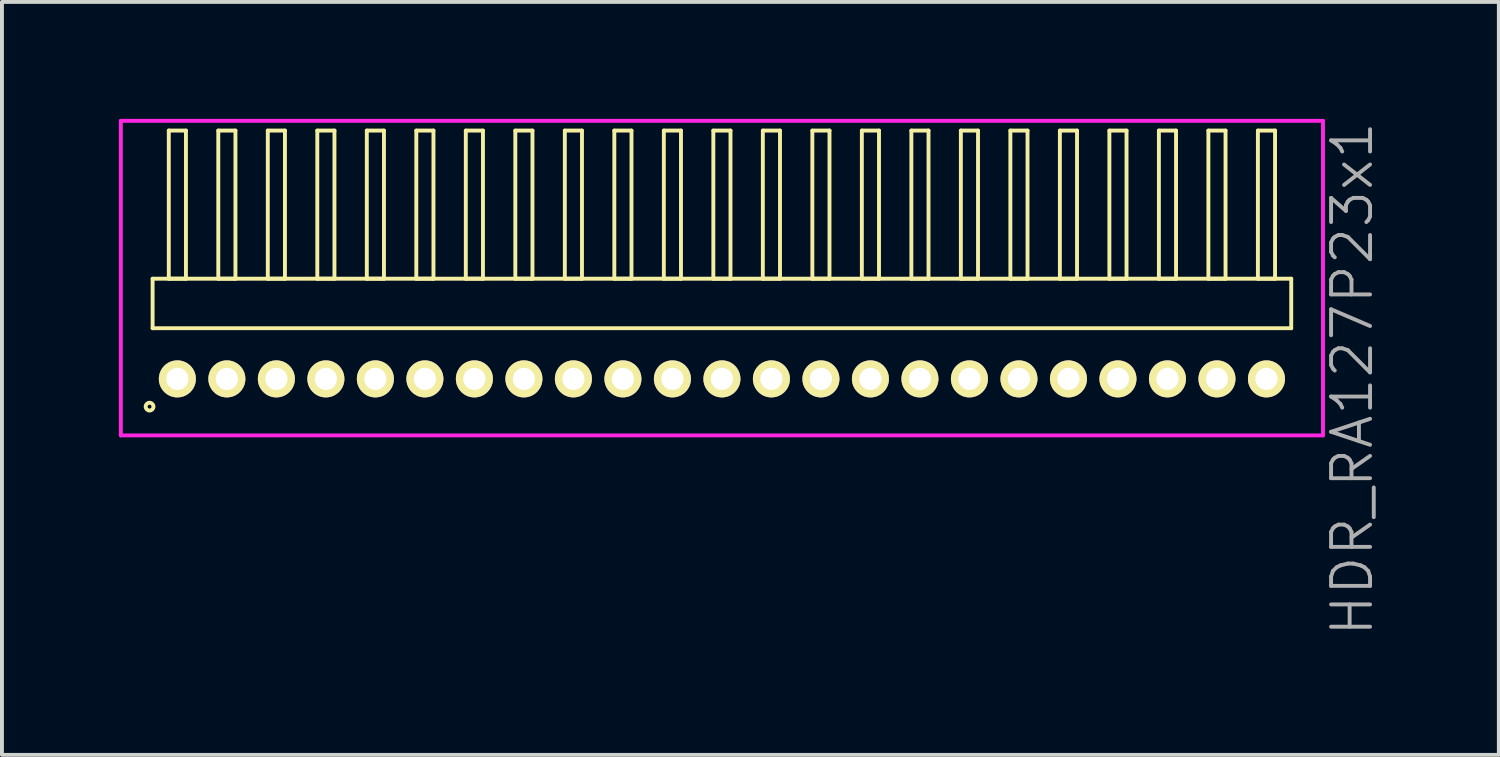
<source format=kicad_pcb>
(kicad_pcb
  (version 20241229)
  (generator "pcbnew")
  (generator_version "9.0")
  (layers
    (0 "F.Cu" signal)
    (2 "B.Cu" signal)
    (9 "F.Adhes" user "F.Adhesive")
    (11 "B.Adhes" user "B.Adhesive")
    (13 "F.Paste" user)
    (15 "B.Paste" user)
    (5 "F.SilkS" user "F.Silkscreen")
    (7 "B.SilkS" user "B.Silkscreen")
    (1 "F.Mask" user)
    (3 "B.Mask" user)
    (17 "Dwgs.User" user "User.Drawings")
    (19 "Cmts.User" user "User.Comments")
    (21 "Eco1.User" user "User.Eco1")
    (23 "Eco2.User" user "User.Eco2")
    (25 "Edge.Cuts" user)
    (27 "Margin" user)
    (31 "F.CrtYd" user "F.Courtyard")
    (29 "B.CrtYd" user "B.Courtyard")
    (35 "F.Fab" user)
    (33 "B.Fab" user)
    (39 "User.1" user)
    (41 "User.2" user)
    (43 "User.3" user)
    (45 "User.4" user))
  (footprint "HDR_RA127P23x1"
    (layer "F.Cu")
    (at 15.47 6.67)
    (property "Reference" "HDR_RA127P23x1" (at 16.17 0 90) (layer "F.Fab") (effects (font (size 1 1) (thickness 0.1))))
    (attr through_hole)
    (fp_line (start -14.605 -2.57) (end -14.605 -1.3) (stroke (width 0.1) (type solid)) (layer "F.SilkS"))
    (fp_line (start -14.605 -1.3) (end 14.605 -1.3) (stroke (width 0.1) (type solid)) (layer "F.SilkS"))
    (fp_line (start -14.19 -6.37) (end -14.19 -2.57) (stroke (width 0.1) (type solid)) (layer "F.SilkS"))
    (fp_line (start -14.19 -2.57) (end -13.75 -2.57) (stroke (width 0.1) (type solid)) (layer "F.SilkS"))
    (fp_line (start -13.75 -6.37) (end -14.19 -6.37) (stroke (width 0.1) (type solid)) (layer "F.SilkS"))
    (fp_line (start -13.75 -2.57) (end -13.75 -6.37) (stroke (width 0.1) (type solid)) (layer "F.SilkS"))
    (fp_line (start -12.92 -6.37) (end -12.92 -2.57) (stroke (width 0.1) (type solid)) (layer "F.SilkS"))
    (fp_line (start -12.92 -2.57) (end -12.48 -2.57) (stroke (width 0.1) (type solid)) (layer "F.SilkS"))
    (fp_line (start -12.48 -6.37) (end -12.92 -6.37) (stroke (width 0.1) (type solid)) (layer "F.SilkS"))
    (fp_line (start -12.48 -2.57) (end -12.48 -6.37) (stroke (width 0.1) (type solid)) (layer "F.SilkS"))
    (fp_line (start -11.65 -6.37) (end -11.65 -2.57) (stroke (width 0.1) (type solid)) (layer "F.SilkS"))
    (fp_line (start -11.65 -2.57) (end -11.21 -2.57) (stroke (width 0.1) (type solid)) (layer "F.SilkS"))
    (fp_line (start -11.21 -6.37) (end -11.65 -6.37) (stroke (width 0.1) (type solid)) (layer "F.SilkS"))
    (fp_line (start -11.21 -2.57) (end -11.21 -6.37) (stroke (width 0.1) (type solid)) (layer "F.SilkS"))
    (fp_line (start -10.38 -6.37) (end -10.38 -2.57) (stroke (width 0.1) (type solid)) (layer "F.SilkS"))
    (fp_line (start -10.38 -2.57) (end -9.94 -2.57) (stroke (width 0.1) (type solid)) (layer "F.SilkS"))
    (fp_line (start -9.94 -6.37) (end -10.38 -6.37) (stroke (width 0.1) (type solid)) (layer "F.SilkS"))
    (fp_line (start -9.94 -2.57) (end -9.94 -6.37) (stroke (width 0.1) (type solid)) (layer "F.SilkS"))
    (fp_line (start -9.11 -6.37) (end -9.11 -2.57) (stroke (width 0.1) (type solid)) (layer "F.SilkS"))
    (fp_line (start -9.11 -2.57) (end -8.67 -2.57) (stroke (width 0.1) (type solid)) (layer "F.SilkS"))
    (fp_line (start -8.67 -6.37) (end -9.11 -6.37) (stroke (width 0.1) (type solid)) (layer "F.SilkS"))
    (fp_line (start -8.67 -2.57) (end -8.67 -6.37) (stroke (width 0.1) (type solid)) (layer "F.SilkS"))
    (fp_line (start -7.84 -6.37) (end -7.84 -2.57) (stroke (width 0.1) (type solid)) (layer "F.SilkS"))
    (fp_line (start -7.84 -2.57) (end -7.4 -2.57) (stroke (width 0.1) (type solid)) (layer "F.SilkS"))
    (fp_line (start -7.4 -6.37) (end -7.84 -6.37) (stroke (width 0.1) (type solid)) (layer "F.SilkS"))
    (fp_line (start -7.4 -2.57) (end -7.4 -6.37) (stroke (width 0.1) (type solid)) (layer "F.SilkS"))
    (fp_line (start -6.57 -6.37) (end -6.57 -2.57) (stroke (width 0.1) (type solid)) (layer "F.SilkS"))
    (fp_line (start -6.57 -2.57) (end -6.13 -2.57) (stroke (width 0.1) (type solid)) (layer "F.SilkS"))
    (fp_line (start -6.13 -6.37) (end -6.57 -6.37) (stroke (width 0.1) (type solid)) (layer "F.SilkS"))
    (fp_line (start -6.13 -2.57) (end -6.13 -6.37) (stroke (width 0.1) (type solid)) (layer "F.SilkS"))
    (fp_line (start -5.3 -6.37) (end -5.3 -2.57) (stroke (width 0.1) (type solid)) (layer "F.SilkS"))
    (fp_line (start -5.3 -2.57) (end -4.86 -2.57) (stroke (width 0.1) (type solid)) (layer "F.SilkS"))
    (fp_line (start -4.86 -6.37) (end -5.3 -6.37) (stroke (width 0.1) (type solid)) (layer "F.SilkS"))
    (fp_line (start -4.86 -2.57) (end -4.86 -6.37) (stroke (width 0.1) (type solid)) (layer "F.SilkS"))
    (fp_line (start -4.03 -6.37) (end -4.03 -2.57) (stroke (width 0.1) (type solid)) (layer "F.SilkS"))
    (fp_line (start -4.03 -2.57) (end -3.59 -2.57) (stroke (width 0.1) (type solid)) (layer "F.SilkS"))
    (fp_line (start -3.59 -6.37) (end -4.03 -6.37) (stroke (width 0.1) (type solid)) (layer "F.SilkS"))
    (fp_line (start -3.59 -2.57) (end -3.59 -6.37) (stroke (width 0.1) (type solid)) (layer "F.SilkS"))
    (fp_line (start -2.76 -6.37) (end -2.76 -2.57) (stroke (width 0.1) (type solid)) (layer "F.SilkS"))
    (fp_line (start -2.76 -2.57) (end -2.32 -2.57) (stroke (width 0.1) (type solid)) (layer "F.SilkS"))
    (fp_line (start -2.32 -6.37) (end -2.76 -6.37) (stroke (width 0.1) (type solid)) (layer "F.SilkS"))
    (fp_line (start -2.32 -2.57) (end -2.32 -6.37) (stroke (width 0.1) (type solid)) (layer "F.SilkS"))
    (fp_line (start -1.49 -6.37) (end -1.49 -2.57) (stroke (width 0.1) (type solid)) (layer "F.SilkS"))
    (fp_line (start -1.49 -2.57) (end -1.05 -2.57) (stroke (width 0.1) (type solid)) (layer "F.SilkS"))
    (fp_line (start -1.05 -6.37) (end -1.49 -6.37) (stroke (width 0.1) (type solid)) (layer "F.SilkS"))
    (fp_line (start -1.05 -2.57) (end -1.05 -6.37) (stroke (width 0.1) (type solid)) (layer "F.SilkS"))
    (fp_line (start -0.22 -6.37) (end -0.22 -2.57) (stroke (width 0.1) (type solid)) (layer "F.SilkS"))
    (fp_line (start -0.22 -2.57) (end 0.22 -2.57) (stroke (width 0.1) (type solid)) (layer "F.SilkS"))
    (fp_line (start 0.22 -6.37) (end -0.22 -6.37) (stroke (width 0.1) (type solid)) (layer "F.SilkS"))
    (fp_line (start 0.22 -2.57) (end 0.22 -6.37) (stroke (width 0.1) (type solid)) (layer "F.SilkS"))
    (fp_line (start 1.05 -6.37) (end 1.05 -2.57) (stroke (width 0.1) (type solid)) (layer "F.SilkS"))
    (fp_line (start 1.05 -2.57) (end 1.49 -2.57) (stroke (width 0.1) (type solid)) (layer "F.SilkS"))
    (fp_line (start 1.49 -6.37) (end 1.05 -6.37) (stroke (width 0.1) (type solid)) (layer "F.SilkS"))
    (fp_line (start 1.49 -2.57) (end 1.49 -6.37) (stroke (width 0.1) (type solid)) (layer "F.SilkS"))
    (fp_line (start 2.32 -6.37) (end 2.32 -2.57) (stroke (width 0.1) (type solid)) (layer "F.SilkS"))
    (fp_line (start 2.32 -2.57) (end 2.76 -2.57) (stroke (width 0.1) (type solid)) (layer "F.SilkS"))
    (fp_line (start 2.76 -6.37) (end 2.32 -6.37) (stroke (width 0.1) (type solid)) (layer "F.SilkS"))
    (fp_line (start 2.76 -2.57) (end 2.76 -6.37) (stroke (width 0.1) (type solid)) (layer "F.SilkS"))
    (fp_line (start 3.59 -6.37) (end 3.59 -2.57) (stroke (width 0.1) (type solid)) (layer "F.SilkS"))
    (fp_line (start 3.59 -2.57) (end 4.03 -2.57) (stroke (width 0.1) (type solid)) (layer "F.SilkS"))
    (fp_line (start 4.03 -6.37) (end 3.59 -6.37) (stroke (width 0.1) (type solid)) (layer "F.SilkS"))
    (fp_line (start 4.03 -2.57) (end 4.03 -6.37) (stroke (width 0.1) (type solid)) (layer "F.SilkS"))
    (fp_line (start 4.86 -6.37) (end 4.86 -2.57) (stroke (width 0.1) (type solid)) (layer "F.SilkS"))
    (fp_line (start 4.86 -2.57) (end 5.3 -2.57) (stroke (width 0.1) (type solid)) (layer "F.SilkS"))
    (fp_line (start 5.3 -6.37) (end 4.86 -6.37) (stroke (width 0.1) (type solid)) (layer "F.SilkS"))
    (fp_line (start 5.3 -2.57) (end 5.3 -6.37) (stroke (width 0.1) (type solid)) (layer "F.SilkS"))
    (fp_line (start 6.13 -6.37) (end 6.13 -2.57) (stroke (width 0.1) (type solid)) (layer "F.SilkS"))
    (fp_line (start 6.13 -2.57) (end 6.57 -2.57) (stroke (width 0.1) (type solid)) (layer "F.SilkS"))
    (fp_line (start 6.57 -6.37) (end 6.13 -6.37) (stroke (width 0.1) (type solid)) (layer "F.SilkS"))
    (fp_line (start 6.57 -2.57) (end 6.57 -6.37) (stroke (width 0.1) (type solid)) (layer "F.SilkS"))
    (fp_line (start 7.4 -6.37) (end 7.4 -2.57) (stroke (width 0.1) (type solid)) (layer "F.SilkS"))
    (fp_line (start 7.4 -2.57) (end 7.84 -2.57) (stroke (width 0.1) (type solid)) (layer "F.SilkS"))
    (fp_line (start 7.84 -6.37) (end 7.4 -6.37) (stroke (width 0.1) (type solid)) (layer "F.SilkS"))
    (fp_line (start 7.84 -2.57) (end 7.84 -6.37) (stroke (width 0.1) (type solid)) (layer "F.SilkS"))
    (fp_line (start 8.67 -6.37) (end 8.67 -2.57) (stroke (width 0.1) (type solid)) (layer "F.SilkS"))
    (fp_line (start 8.67 -2.57) (end 9.11 -2.57) (stroke (width 0.1) (type solid)) (layer "F.SilkS"))
    (fp_line (start 9.11 -6.37) (end 8.67 -6.37) (stroke (width 0.1) (type solid)) (layer "F.SilkS"))
    (fp_line (start 9.11 -2.57) (end 9.11 -6.37) (stroke (width 0.1) (type solid)) (layer "F.SilkS"))
    (fp_line (start 9.94 -6.37) (end 9.94 -2.57) (stroke (width 0.1) (type solid)) (layer "F.SilkS"))
    (fp_line (start 9.94 -2.57) (end 10.38 -2.57) (stroke (width 0.1) (type solid)) (layer "F.SilkS"))
    (fp_line (start 10.38 -6.37) (end 9.94 -6.37) (stroke (width 0.1) (type solid)) (layer "F.SilkS"))
    (fp_line (start 10.38 -2.57) (end 10.38 -6.37) (stroke (width 0.1) (type solid)) (layer "F.SilkS"))
    (fp_line (start 11.21 -6.37) (end 11.21 -2.57) (stroke (width 0.1) (type solid)) (layer "F.SilkS"))
    (fp_line (start 11.21 -2.57) (end 11.65 -2.57) (stroke (width 0.1) (type solid)) (layer "F.SilkS"))
    (fp_line (start 11.65 -6.37) (end 11.21 -6.37) (stroke (width 0.1) (type solid)) (layer "F.SilkS"))
    (fp_line (start 11.65 -2.57) (end 11.65 -6.37) (stroke (width 0.1) (type solid)) (layer "F.SilkS"))
    (fp_line (start 12.48 -6.37) (end 12.48 -2.57) (stroke (width 0.1) (type solid)) (layer "F.SilkS"))
    (fp_line (start 12.48 -2.57) (end 12.92 -2.57) (stroke (width 0.1) (type solid)) (layer "F.SilkS"))
    (fp_line (start 12.92 -6.37) (end 12.48 -6.37) (stroke (width 0.1) (type solid)) (layer "F.SilkS"))
    (fp_line (start 12.92 -2.57) (end 12.92 -6.37) (stroke (width 0.1) (type solid)) (layer "F.SilkS"))
    (fp_line (start 13.75 -6.37) (end 13.75 -2.57) (stroke (width 0.1) (type solid)) (layer "F.SilkS"))
    (fp_line (start 13.75 -2.57) (end 14.19 -2.57) (stroke (width 0.1) (type solid)) (layer "F.SilkS"))
    (fp_line (start 14.19 -6.37) (end 13.75 -6.37) (stroke (width 0.1) (type solid)) (layer "F.SilkS"))
    (fp_line (start 14.19 -2.57) (end 14.19 -6.37) (stroke (width 0.1) (type solid)) (layer "F.SilkS"))
    (fp_line (start 14.605 -2.57) (end -14.605 -2.57) (stroke (width 0.1) (type solid)) (layer "F.SilkS"))
    (fp_line (start 14.605 -1.3) (end 14.605 -2.57) (stroke (width 0.1) (type solid)) (layer "F.SilkS"))
    (fp_circle (center -14.683 0.712) (end -14.583 0.712) (stroke (width 0.1) (type solid)) (fill no) (layer "F.SilkS"))
    (fp_line (start -15.42 -6.62) (end -15.42 1.45) (stroke (width 0.1) (type solid)) (layer "F.CrtYd"))
    (fp_line (start -15.42 1.45) (end 15.42 1.45) (stroke (width 0.1) (type solid)) (layer "F.CrtYd"))
    (fp_line (start 15.42 -6.62) (end -15.42 -6.62) (stroke (width 0.1) (type solid)) (layer "F.CrtYd"))
    (fp_line (start 15.42 1.45) (end 15.42 -6.62) (stroke (width 0.1) (type solid)) (layer "F.CrtYd"))
    (pad "1" thru_hole oval (at -13.97 0) (size 0.95 0.95) (drill 0.57) (layers "*.Cu" "*.Mask" "F.SilkS"))
    (pad "2" thru_hole oval (at -12.7 0) (size 0.95 0.95) (drill 0.57) (layers "*.Cu" "*.Mask" "F.SilkS"))
    (pad "3" thru_hole oval (at -11.43 0) (size 0.95 0.95) (drill 0.57) (layers "*.Cu" "*.Mask" "F.SilkS"))
    (pad "4" thru_hole oval (at -10.16 0) (size 0.95 0.95) (drill 0.57) (layers "*.Cu" "*.Mask" "F.SilkS"))
    (pad "5" thru_hole oval (at -8.89 0) (size 0.95 0.95) (drill 0.57) (layers "*.Cu" "*.Mask" "F.SilkS"))
    (pad "6" thru_hole oval (at -7.62 0) (size 0.95 0.95) (drill 0.57) (layers "*.Cu" "*.Mask" "F.SilkS"))
    (pad "7" thru_hole oval (at -6.35 0) (size 0.95 0.95) (drill 0.57) (layers "*.Cu" "*.Mask" "F.SilkS"))
    (pad "8" thru_hole oval (at -5.08 0) (size 0.95 0.95) (drill 0.57) (layers "*.Cu" "*.Mask" "F.SilkS"))
    (pad "9" thru_hole oval (at -3.81 0) (size 0.95 0.95) (drill 0.57) (layers "*.Cu" "*.Mask" "F.SilkS"))
    (pad "10" thru_hole oval (at -2.54 0) (size 0.95 0.95) (drill 0.57) (layers "*.Cu" "*.Mask" "F.SilkS"))
    (pad "11" thru_hole oval (at -1.27 0) (size 0.95 0.95) (drill 0.57) (layers "*.Cu" "*.Mask" "F.SilkS"))
    (pad "12" thru_hole oval (at 0 0) (size 0.95 0.95) (drill 0.57) (layers "*.Cu" "*.Mask" "F.SilkS"))
    (pad "13" thru_hole oval (at 1.27 0) (size 0.95 0.95) (drill 0.57) (layers "*.Cu" "*.Mask" "F.SilkS"))
    (pad "14" thru_hole oval (at 2.54 0) (size 0.95 0.95) (drill 0.57) (layers "*.Cu" "*.Mask" "F.SilkS"))
    (pad "15" thru_hole oval (at 3.81 0) (size 0.95 0.95) (drill 0.57) (layers "*.Cu" "*.Mask" "F.SilkS"))
    (pad "16" thru_hole oval (at 5.08 0) (size 0.95 0.95) (drill 0.57) (layers "*.Cu" "*.Mask" "F.SilkS"))
    (pad "17" thru_hole oval (at 6.35 0) (size 0.95 0.95) (drill 0.57) (layers "*.Cu" "*.Mask" "F.SilkS"))
    (pad "18" thru_hole oval (at 7.62 0) (size 0.95 0.95) (drill 0.57) (layers "*.Cu" "*.Mask" "F.SilkS"))
    (pad "19" thru_hole oval (at 8.89 0) (size 0.95 0.95) (drill 0.57) (layers "*.Cu" "*.Mask" "F.SilkS"))
    (pad "20" thru_hole oval (at 10.16 0) (size 0.95 0.95) (drill 0.57) (layers "*.Cu" "*.Mask" "F.SilkS"))
    (pad "21" thru_hole oval (at 11.43 0) (size 0.95 0.95) (drill 0.57) (layers "*.Cu" "*.Mask" "F.SilkS"))
    (pad "22" thru_hole oval (at 12.7 0) (size 0.95 0.95) (drill 0.57) (layers "*.Cu" "*.Mask" "F.SilkS"))
    (pad "23" thru_hole oval (at 13.97 0) (size 0.95 0.95) (drill 0.57) (layers "*.Cu" "*.Mask" "F.SilkS")))
  (gr_rect
    (start -3 -3)
    (end 35.401 16.315)
    (stroke (width 0.1) (type default))
    (fill no)
    (layer "Edge.Cuts")))
</source>
